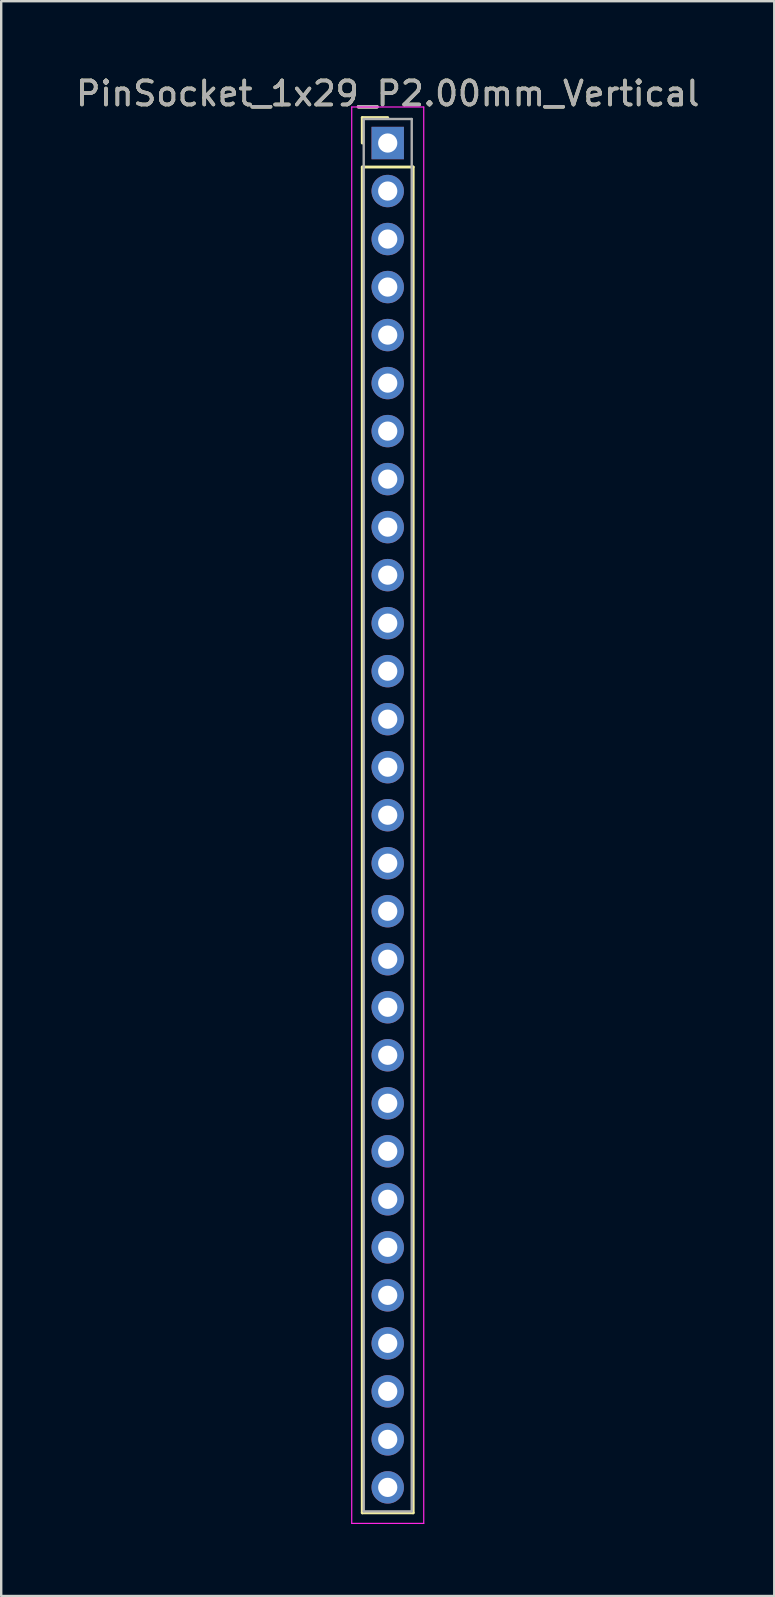
<source format=kicad_pcb>
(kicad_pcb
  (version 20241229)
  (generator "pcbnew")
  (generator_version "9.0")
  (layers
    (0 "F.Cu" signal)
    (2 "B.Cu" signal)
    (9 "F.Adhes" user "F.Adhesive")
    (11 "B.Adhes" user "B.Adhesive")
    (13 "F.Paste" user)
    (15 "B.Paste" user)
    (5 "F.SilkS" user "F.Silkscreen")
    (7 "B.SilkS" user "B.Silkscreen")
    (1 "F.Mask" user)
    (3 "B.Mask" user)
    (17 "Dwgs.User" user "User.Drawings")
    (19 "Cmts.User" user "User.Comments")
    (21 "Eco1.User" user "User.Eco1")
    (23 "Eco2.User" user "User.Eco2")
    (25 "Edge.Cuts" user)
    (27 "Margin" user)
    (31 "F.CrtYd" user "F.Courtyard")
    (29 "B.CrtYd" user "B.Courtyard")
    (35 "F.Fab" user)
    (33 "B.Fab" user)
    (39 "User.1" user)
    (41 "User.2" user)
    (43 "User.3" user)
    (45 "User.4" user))
  (footprint "PinSocket_1x29_P2.00mm_Vertical"
    (layer "F.Cu")
    (at 13.101 2.908)
    (property "Reference" "PinSocket_1x29_P2.00mm_Vertical" (at 0 -2.06 0) (layer "F.SilkS") (effects (font (size 1 1) (thickness 0.15))))
    (attr through_hole)
    (fp_line (start -1.06 -1.06) (end 0 -1.06) (stroke (width 0.12) (type solid)) (layer "F.SilkS"))
    (fp_line (start -1.06 0) (end -1.06 -1.06) (stroke (width 0.12) (type solid)) (layer "F.SilkS"))
    (fp_line (start -1.06 1) (end -1.06 57.06) (stroke (width 0.12) (type solid)) (layer "F.SilkS"))
    (fp_line (start -1.06 57.06) (end 1.06 57.06) (stroke (width 0.12) (type solid)) (layer "F.SilkS"))
    (fp_line (start 1.06 1) (end -1.06 1) (stroke (width 0.12) (type solid)) (layer "F.SilkS"))
    (fp_line (start 1.06 57.06) (end 1.06 1) (stroke (width 0.12) (type solid)) (layer "F.SilkS"))
    (fp_line (start -1.5 -1.5) (end -1.5 57.5) (stroke (width 0.05) (type solid)) (layer "F.CrtYd"))
    (fp_line (start -1.5 57.5) (end 1.5 57.5) (stroke (width 0.05) (type solid)) (layer "F.CrtYd"))
    (fp_line (start 1.5 -1.5) (end -1.5 -1.5) (stroke (width 0.05) (type solid)) (layer "F.CrtYd"))
    (fp_line (start 1.5 57.5) (end 1.5 -1.5) (stroke (width 0.05) (type solid)) (layer "F.CrtYd"))
    (fp_line (start -1 -1) (end -1 57) (stroke (width 0.1) (type solid)) (layer "F.Fab"))
    (fp_line (start -1 57) (end 1 57) (stroke (width 0.1) (type solid)) (layer "F.Fab"))
    (fp_line (start 1 -1) (end -1 -1) (stroke (width 0.1) (type solid)) (layer "F.Fab"))
    (fp_line (start 1 57) (end 1 -1) (stroke (width 0.1) (type solid)) (layer "F.Fab"))
    (fp_text user "${REFERENCE}" (at 0 -2.06 0) (layer "F.Fab") (effects (font (size 1 1) (thickness 0.15))))
    (pad "1" thru_hole rect (at 0 0) (size 1.35 1.35) (drill 0.8) (layers "*.Cu" "*.Mask"))
    (pad "2" thru_hole oval (at 0 2) (size 1.35 1.35) (drill 0.8) (layers "*.Cu" "*.Mask"))
    (pad "3" thru_hole oval (at 0 4) (size 1.35 1.35) (drill 0.8) (layers "*.Cu" "*.Mask"))
    (pad "4" thru_hole oval (at 0 6) (size 1.35 1.35) (drill 0.8) (layers "*.Cu" "*.Mask"))
    (pad "5" thru_hole oval (at 0 8) (size 1.35 1.35) (drill 0.8) (layers "*.Cu" "*.Mask"))
    (pad "6" thru_hole oval (at 0 10) (size 1.35 1.35) (drill 0.8) (layers "*.Cu" "*.Mask"))
    (pad "7" thru_hole oval (at 0 12) (size 1.35 1.35) (drill 0.8) (layers "*.Cu" "*.Mask"))
    (pad "8" thru_hole oval (at 0 14) (size 1.35 1.35) (drill 0.8) (layers "*.Cu" "*.Mask"))
    (pad "9" thru_hole oval (at 0 16) (size 1.35 1.35) (drill 0.8) (layers "*.Cu" "*.Mask"))
    (pad "10" thru_hole oval (at 0 18) (size 1.35 1.35) (drill 0.8) (layers "*.Cu" "*.Mask"))
    (pad "11" thru_hole oval (at 0 20) (size 1.35 1.35) (drill 0.8) (layers "*.Cu" "*.Mask"))
    (pad "12" thru_hole oval (at 0 22) (size 1.35 1.35) (drill 0.8) (layers "*.Cu" "*.Mask"))
    (pad "13" thru_hole oval (at 0 24) (size 1.35 1.35) (drill 0.8) (layers "*.Cu" "*.Mask"))
    (pad "14" thru_hole oval (at 0 26) (size 1.35 1.35) (drill 0.8) (layers "*.Cu" "*.Mask"))
    (pad "15" thru_hole oval (at 0 28) (size 1.35 1.35) (drill 0.8) (layers "*.Cu" "*.Mask"))
    (pad "16" thru_hole oval (at 0 30) (size 1.35 1.35) (drill 0.8) (layers "*.Cu" "*.Mask"))
    (pad "17" thru_hole oval (at 0 32) (size 1.35 1.35) (drill 0.8) (layers "*.Cu" "*.Mask"))
    (pad "18" thru_hole oval (at 0 34) (size 1.35 1.35) (drill 0.8) (layers "*.Cu" "*.Mask"))
    (pad "19" thru_hole oval (at 0 36) (size 1.35 1.35) (drill 0.8) (layers "*.Cu" "*.Mask"))
    (pad "20" thru_hole oval (at 0 38) (size 1.35 1.35) (drill 0.8) (layers "*.Cu" "*.Mask"))
    (pad "21" thru_hole oval (at 0 40) (size 1.35 1.35) (drill 0.8) (layers "*.Cu" "*.Mask"))
    (pad "22" thru_hole oval (at 0 42) (size 1.35 1.35) (drill 0.8) (layers "*.Cu" "*.Mask"))
    (pad "23" thru_hole oval (at 0 44) (size 1.35 1.35) (drill 0.8) (layers "*.Cu" "*.Mask"))
    (pad "24" thru_hole oval (at 0 46) (size 1.35 1.35) (drill 0.8) (layers "*.Cu" "*.Mask"))
    (pad "25" thru_hole oval (at 0 48) (size 1.35 1.35) (drill 0.8) (layers "*.Cu" "*.Mask"))
    (pad "26" thru_hole oval (at 0 50) (size 1.35 1.35) (drill 0.8) (layers "*.Cu" "*.Mask"))
    (pad "27" thru_hole oval (at 0 52) (size 1.35 1.35) (drill 0.8) (layers "*.Cu" "*.Mask"))
    (pad "28" thru_hole oval (at 0 54) (size 1.35 1.35) (drill 0.8) (layers "*.Cu" "*.Mask"))
    (pad "29" thru_hole oval (at 0 56) (size 1.35 1.35) (drill 0.8) (layers "*.Cu" "*.Mask")))
  (gr_rect
    (start -3 -3)
    (end 29.202 63.433)
    (stroke (width 0.1) (type default))
    (fill no)
    (layer "Edge.Cuts")))
</source>
